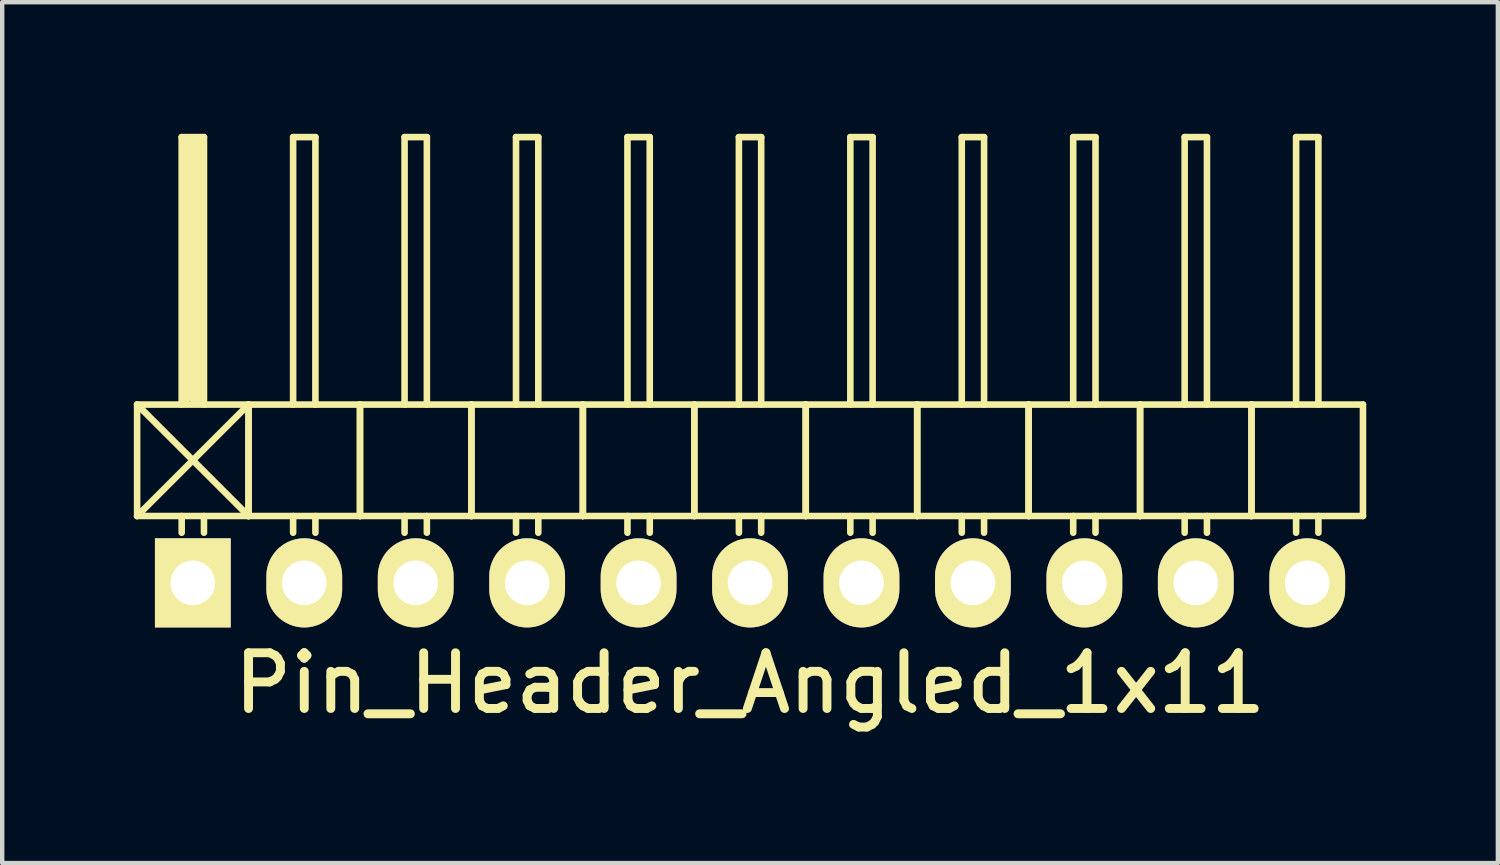
<source format=kicad_pcb>
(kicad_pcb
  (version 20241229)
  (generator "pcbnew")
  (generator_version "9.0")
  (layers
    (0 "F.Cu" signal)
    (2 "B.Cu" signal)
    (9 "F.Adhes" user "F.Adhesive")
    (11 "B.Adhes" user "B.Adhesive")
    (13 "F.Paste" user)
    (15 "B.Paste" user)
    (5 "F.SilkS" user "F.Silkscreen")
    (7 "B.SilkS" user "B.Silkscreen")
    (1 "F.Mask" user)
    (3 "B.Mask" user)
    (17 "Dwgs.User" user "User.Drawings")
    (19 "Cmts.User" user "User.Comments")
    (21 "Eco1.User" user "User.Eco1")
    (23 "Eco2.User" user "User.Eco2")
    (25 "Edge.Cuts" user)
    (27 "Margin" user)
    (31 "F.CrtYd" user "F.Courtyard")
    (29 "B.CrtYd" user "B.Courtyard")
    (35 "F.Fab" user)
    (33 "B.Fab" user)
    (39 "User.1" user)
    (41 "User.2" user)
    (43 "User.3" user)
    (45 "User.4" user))
  (footprint "Pin_Header_Angled_1x11"
    (layer "F.Cu")
    (at 14.045 10.235)
    (property "Reference" "Pin_Header_Angled_1x11" (at 0 2.286 0) (layer "F.SilkS") (effects (font (size 1.27 1.27) (thickness 0.203))))
    (attr through_hole)
    (fp_line (start -13.97 -4.064) (end -11.43 -1.524) (stroke (width 0.15) (type solid)) (layer "F.SilkS"))
    (fp_line (start -13.97 -1.524) (end -13.97 -4.064) (stroke (width 0.15) (type solid)) (layer "F.SilkS"))
    (fp_line (start -13.97 -1.524) (end -11.43 -1.524) (stroke (width 0.15) (type solid)) (layer "F.SilkS"))
    (fp_line (start -12.954 -10.16) (end -12.446 -10.16) (stroke (width 0.15) (type solid)) (layer "F.SilkS"))
    (fp_line (start -12.954 -4.064) (end -12.954 -10.16) (stroke (width 0.15) (type solid)) (layer "F.SilkS"))
    (fp_line (start -12.954 -1.524) (end -12.954 -1.143) (stroke (width 0.15) (type solid)) (layer "F.SilkS"))
    (fp_line (start -12.827 -10.033) (end -12.573 -10.033) (stroke (width 0.15) (type solid)) (layer "F.SilkS"))
    (fp_line (start -12.827 -4.191) (end -12.827 -10.033) (stroke (width 0.15) (type solid)) (layer "F.SilkS"))
    (fp_line (start -12.7 -4.191) (end -12.7 -10.033) (stroke (width 0.15) (type solid)) (layer "F.SilkS"))
    (fp_line (start -12.573 -10.033) (end -12.573 -4.191) (stroke (width 0.15) (type solid)) (layer "F.SilkS"))
    (fp_line (start -12.573 -4.191) (end -12.7 -4.191) (stroke (width 0.15) (type solid)) (layer "F.SilkS"))
    (fp_line (start -12.446 -10.16) (end -12.446 -4.064) (stroke (width 0.15) (type solid)) (layer "F.SilkS"))
    (fp_line (start -12.446 -1.524) (end -12.446 -1.143) (stroke (width 0.15) (type solid)) (layer "F.SilkS"))
    (fp_line (start -11.43 -4.064) (end -13.97 -4.064) (stroke (width 0.15) (type solid)) (layer "F.SilkS"))
    (fp_line (start -11.43 -4.064) (end -13.97 -1.524) (stroke (width 0.15) (type solid)) (layer "F.SilkS"))
    (fp_line (start -11.43 -1.524) (end -11.43 -4.064) (stroke (width 0.15) (type solid)) (layer "F.SilkS"))
    (fp_line (start -11.43 -1.524) (end -11.43 -4.064) (stroke (width 0.15) (type solid)) (layer "F.SilkS"))
    (fp_line (start -11.43 -1.524) (end -8.89 -1.524) (stroke (width 0.15) (type solid)) (layer "F.SilkS"))
    (fp_line (start -10.414 -10.16) (end -9.906 -10.16) (stroke (width 0.15) (type solid)) (layer "F.SilkS"))
    (fp_line (start -10.414 -4.064) (end -10.414 -10.16) (stroke (width 0.15) (type solid)) (layer "F.SilkS"))
    (fp_line (start -10.414 -1.524) (end -10.414 -1.143) (stroke (width 0.15) (type solid)) (layer "F.SilkS"))
    (fp_line (start -9.906 -10.16) (end -9.906 -4.064) (stroke (width 0.15) (type solid)) (layer "F.SilkS"))
    (fp_line (start -9.906 -1.524) (end -9.906 -1.143) (stroke (width 0.15) (type solid)) (layer "F.SilkS"))
    (fp_line (start -8.89 -4.064) (end -11.43 -4.064) (stroke (width 0.15) (type solid)) (layer "F.SilkS"))
    (fp_line (start -8.89 -1.524) (end -8.89 -4.064) (stroke (width 0.15) (type solid)) (layer "F.SilkS"))
    (fp_line (start -8.89 -1.524) (end -8.89 -4.064) (stroke (width 0.15) (type solid)) (layer "F.SilkS"))
    (fp_line (start -8.89 -1.524) (end -6.35 -1.524) (stroke (width 0.15) (type solid)) (layer "F.SilkS"))
    (fp_line (start -7.874 -10.16) (end -7.366 -10.16) (stroke (width 0.15) (type solid)) (layer "F.SilkS"))
    (fp_line (start -7.874 -4.064) (end -7.874 -10.16) (stroke (width 0.15) (type solid)) (layer "F.SilkS"))
    (fp_line (start -7.874 -1.524) (end -7.874 -1.143) (stroke (width 0.15) (type solid)) (layer "F.SilkS"))
    (fp_line (start -7.366 -10.16) (end -7.366 -4.064) (stroke (width 0.15) (type solid)) (layer "F.SilkS"))
    (fp_line (start -7.366 -1.524) (end -7.366 -1.143) (stroke (width 0.15) (type solid)) (layer "F.SilkS"))
    (fp_line (start -6.35 -4.064) (end -8.89 -4.064) (stroke (width 0.15) (type solid)) (layer "F.SilkS"))
    (fp_line (start -6.35 -1.524) (end -6.35 -4.064) (stroke (width 0.15) (type solid)) (layer "F.SilkS"))
    (fp_line (start -6.35 -1.524) (end -6.35 -4.064) (stroke (width 0.15) (type solid)) (layer "F.SilkS"))
    (fp_line (start -6.35 -1.524) (end -3.81 -1.524) (stroke (width 0.15) (type solid)) (layer "F.SilkS"))
    (fp_line (start -5.334 -10.16) (end -4.826 -10.16) (stroke (width 0.15) (type solid)) (layer "F.SilkS"))
    (fp_line (start -5.334 -4.064) (end -5.334 -10.16) (stroke (width 0.15) (type solid)) (layer "F.SilkS"))
    (fp_line (start -5.334 -1.524) (end -5.334 -1.143) (stroke (width 0.15) (type solid)) (layer "F.SilkS"))
    (fp_line (start -4.826 -10.16) (end -4.826 -4.064) (stroke (width 0.15) (type solid)) (layer "F.SilkS"))
    (fp_line (start -4.826 -1.524) (end -4.826 -1.143) (stroke (width 0.15) (type solid)) (layer "F.SilkS"))
    (fp_line (start -3.81 -4.064) (end -6.35 -4.064) (stroke (width 0.15) (type solid)) (layer "F.SilkS"))
    (fp_line (start -3.81 -1.524) (end -3.81 -4.064) (stroke (width 0.15) (type solid)) (layer "F.SilkS"))
    (fp_line (start -3.81 -1.524) (end -3.81 -4.064) (stroke (width 0.15) (type solid)) (layer "F.SilkS"))
    (fp_line (start -3.81 -1.524) (end -1.27 -1.524) (stroke (width 0.15) (type solid)) (layer "F.SilkS"))
    (fp_line (start -2.794 -10.16) (end -2.286 -10.16) (stroke (width 0.15) (type solid)) (layer "F.SilkS"))
    (fp_line (start -2.794 -4.064) (end -2.794 -10.16) (stroke (width 0.15) (type solid)) (layer "F.SilkS"))
    (fp_line (start -2.794 -1.524) (end -2.794 -1.143) (stroke (width 0.15) (type solid)) (layer "F.SilkS"))
    (fp_line (start -2.286 -10.16) (end -2.286 -4.064) (stroke (width 0.15) (type solid)) (layer "F.SilkS"))
    (fp_line (start -2.286 -1.524) (end -2.286 -1.143) (stroke (width 0.15) (type solid)) (layer "F.SilkS"))
    (fp_line (start -1.27 -4.064) (end -3.81 -4.064) (stroke (width 0.15) (type solid)) (layer "F.SilkS"))
    (fp_line (start -1.27 -1.524) (end -1.27 -4.064) (stroke (width 0.15) (type solid)) (layer "F.SilkS"))
    (fp_line (start -1.27 -1.524) (end -1.27 -4.064) (stroke (width 0.15) (type solid)) (layer "F.SilkS"))
    (fp_line (start -1.27 -1.524) (end 1.27 -1.524) (stroke (width 0.15) (type solid)) (layer "F.SilkS"))
    (fp_line (start -0.254 -10.16) (end 0.254 -10.16) (stroke (width 0.15) (type solid)) (layer "F.SilkS"))
    (fp_line (start -0.254 -4.064) (end -0.254 -10.16) (stroke (width 0.15) (type solid)) (layer "F.SilkS"))
    (fp_line (start -0.254 -1.524) (end -0.254 -1.143) (stroke (width 0.15) (type solid)) (layer "F.SilkS"))
    (fp_line (start 0.254 -10.16) (end 0.254 -4.064) (stroke (width 0.15) (type solid)) (layer "F.SilkS"))
    (fp_line (start 0.254 -1.524) (end 0.254 -1.143) (stroke (width 0.15) (type solid)) (layer "F.SilkS"))
    (fp_line (start 1.27 -4.064) (end -1.27 -4.064) (stroke (width 0.15) (type solid)) (layer "F.SilkS"))
    (fp_line (start 1.27 -1.524) (end 1.27 -4.064) (stroke (width 0.15) (type solid)) (layer "F.SilkS"))
    (fp_line (start 1.27 -1.524) (end 1.27 -4.064) (stroke (width 0.15) (type solid)) (layer "F.SilkS"))
    (fp_line (start 1.27 -1.524) (end 3.81 -1.524) (stroke (width 0.15) (type solid)) (layer "F.SilkS"))
    (fp_line (start 2.286 -10.16) (end 2.794 -10.16) (stroke (width 0.15) (type solid)) (layer "F.SilkS"))
    (fp_line (start 2.286 -4.064) (end 2.286 -10.16) (stroke (width 0.15) (type solid)) (layer "F.SilkS"))
    (fp_line (start 2.286 -1.524) (end 2.286 -1.143) (stroke (width 0.15) (type solid)) (layer "F.SilkS"))
    (fp_line (start 2.794 -10.16) (end 2.794 -4.064) (stroke (width 0.15) (type solid)) (layer "F.SilkS"))
    (fp_line (start 2.794 -1.524) (end 2.794 -1.143) (stroke (width 0.15) (type solid)) (layer "F.SilkS"))
    (fp_line (start 3.81 -4.064) (end 1.27 -4.064) (stroke (width 0.15) (type solid)) (layer "F.SilkS"))
    (fp_line (start 3.81 -1.524) (end 3.81 -4.064) (stroke (width 0.15) (type solid)) (layer "F.SilkS"))
    (fp_line (start 3.81 -1.524) (end 3.81 -4.064) (stroke (width 0.15) (type solid)) (layer "F.SilkS"))
    (fp_line (start 3.81 -1.524) (end 6.35 -1.524) (stroke (width 0.15) (type solid)) (layer "F.SilkS"))
    (fp_line (start 4.826 -10.16) (end 5.334 -10.16) (stroke (width 0.15) (type solid)) (layer "F.SilkS"))
    (fp_line (start 4.826 -4.064) (end 4.826 -10.16) (stroke (width 0.15) (type solid)) (layer "F.SilkS"))
    (fp_line (start 4.826 -1.524) (end 4.826 -1.143) (stroke (width 0.15) (type solid)) (layer "F.SilkS"))
    (fp_line (start 5.334 -10.16) (end 5.334 -4.064) (stroke (width 0.15) (type solid)) (layer "F.SilkS"))
    (fp_line (start 5.334 -1.524) (end 5.334 -1.143) (stroke (width 0.15) (type solid)) (layer "F.SilkS"))
    (fp_line (start 6.35 -4.064) (end 3.81 -4.064) (stroke (width 0.15) (type solid)) (layer "F.SilkS"))
    (fp_line (start 6.35 -1.524) (end 6.35 -4.064) (stroke (width 0.15) (type solid)) (layer "F.SilkS"))
    (fp_line (start 6.35 -1.524) (end 6.35 -4.064) (stroke (width 0.15) (type solid)) (layer "F.SilkS"))
    (fp_line (start 6.35 -1.524) (end 8.89 -1.524) (stroke (width 0.15) (type solid)) (layer "F.SilkS"))
    (fp_line (start 7.366 -10.16) (end 7.874 -10.16) (stroke (width 0.15) (type solid)) (layer "F.SilkS"))
    (fp_line (start 7.366 -4.064) (end 7.366 -10.16) (stroke (width 0.15) (type solid)) (layer "F.SilkS"))
    (fp_line (start 7.366 -1.524) (end 7.366 -1.143) (stroke (width 0.15) (type solid)) (layer "F.SilkS"))
    (fp_line (start 7.874 -10.16) (end 7.874 -4.064) (stroke (width 0.15) (type solid)) (layer "F.SilkS"))
    (fp_line (start 7.874 -1.524) (end 7.874 -1.143) (stroke (width 0.15) (type solid)) (layer "F.SilkS"))
    (fp_line (start 8.89 -4.064) (end 6.35 -4.064) (stroke (width 0.15) (type solid)) (layer "F.SilkS"))
    (fp_line (start 8.89 -1.524) (end 8.89 -4.064) (stroke (width 0.15) (type solid)) (layer "F.SilkS"))
    (fp_line (start 8.89 -1.524) (end 8.89 -4.064) (stroke (width 0.15) (type solid)) (layer "F.SilkS"))
    (fp_line (start 8.89 -1.524) (end 11.43 -1.524) (stroke (width 0.15) (type solid)) (layer "F.SilkS"))
    (fp_line (start 9.906 -10.16) (end 10.414 -10.16) (stroke (width 0.15) (type solid)) (layer "F.SilkS"))
    (fp_line (start 9.906 -4.064) (end 9.906 -10.16) (stroke (width 0.15) (type solid)) (layer "F.SilkS"))
    (fp_line (start 9.906 -1.524) (end 9.906 -1.143) (stroke (width 0.15) (type solid)) (layer "F.SilkS"))
    (fp_line (start 10.414 -10.16) (end 10.414 -4.064) (stroke (width 0.15) (type solid)) (layer "F.SilkS"))
    (fp_line (start 10.414 -1.524) (end 10.414 -1.143) (stroke (width 0.15) (type solid)) (layer "F.SilkS"))
    (fp_line (start 11.43 -4.064) (end 8.89 -4.064) (stroke (width 0.15) (type solid)) (layer "F.SilkS"))
    (fp_line (start 11.43 -1.524) (end 11.43 -4.064) (stroke (width 0.15) (type solid)) (layer "F.SilkS"))
    (fp_line (start 11.43 -1.524) (end 11.43 -4.064) (stroke (width 0.15) (type solid)) (layer "F.SilkS"))
    (fp_line (start 11.43 -1.524) (end 13.97 -1.524) (stroke (width 0.15) (type solid)) (layer "F.SilkS"))
    (fp_line (start 12.446 -10.16) (end 12.954 -10.16) (stroke (width 0.15) (type solid)) (layer "F.SilkS"))
    (fp_line (start 12.446 -4.064) (end 12.446 -10.16) (stroke (width 0.15) (type solid)) (layer "F.SilkS"))
    (fp_line (start 12.446 -1.524) (end 12.446 -1.143) (stroke (width 0.15) (type solid)) (layer "F.SilkS"))
    (fp_line (start 12.954 -10.16) (end 12.954 -4.064) (stroke (width 0.15) (type solid)) (layer "F.SilkS"))
    (fp_line (start 12.954 -1.524) (end 12.954 -1.143) (stroke (width 0.15) (type solid)) (layer "F.SilkS"))
    (fp_line (start 13.97 -4.064) (end 11.43 -4.064) (stroke (width 0.15) (type solid)) (layer "F.SilkS"))
    (fp_line (start 13.97 -1.524) (end 13.97 -4.064) (stroke (width 0.15) (type solid)) (layer "F.SilkS"))
    (pad "1" thru_hole rect (at -12.7 0) (size 1.727 2.032) (drill 1.016) (layers "*.Cu" "*.Mask" "F.SilkS"))
    (pad "2" thru_hole oval (at -10.16 0) (size 1.727 2.032) (drill 1.016) (layers "*.Cu" "*.Mask" "F.SilkS"))
    (pad "3" thru_hole oval (at -7.62 0) (size 1.727 2.032) (drill 1.016) (layers "*.Cu" "*.Mask" "F.SilkS"))
    (pad "4" thru_hole oval (at -5.08 0) (size 1.727 2.032) (drill 1.016) (layers "*.Cu" "*.Mask" "F.SilkS"))
    (pad "5" thru_hole oval (at -2.54 0) (size 1.727 2.032) (drill 1.016) (layers "*.Cu" "*.Mask" "F.SilkS"))
    (pad "6" thru_hole oval (at 0 0) (size 1.727 2.032) (drill 1.016) (layers "*.Cu" "*.Mask" "F.SilkS"))
    (pad "7" thru_hole oval (at 2.54 0) (size 1.727 2.032) (drill 1.016) (layers "*.Cu" "*.Mask" "F.SilkS"))
    (pad "8" thru_hole oval (at 5.08 0) (size 1.727 2.032) (drill 1.016) (layers "*.Cu" "*.Mask" "F.SilkS"))
    (pad "9" thru_hole oval (at 7.62 0) (size 1.727 2.032) (drill 1.016) (layers "*.Cu" "*.Mask" "F.SilkS"))
    (pad "10" thru_hole oval (at 10.16 0) (size 1.727 2.032) (drill 1.016) (layers "*.Cu" "*.Mask" "F.SilkS"))
    (pad "11" thru_hole oval (at 12.7 0) (size 1.727 2.032) (drill 1.016) (layers "*.Cu" "*.Mask" "F.SilkS")))
  (gr_rect
    (start -3 -3)
    (end 31.09 16.621)
    (stroke (width 0.1) (type default))
    (fill no)
    (layer "Edge.Cuts")))
</source>
